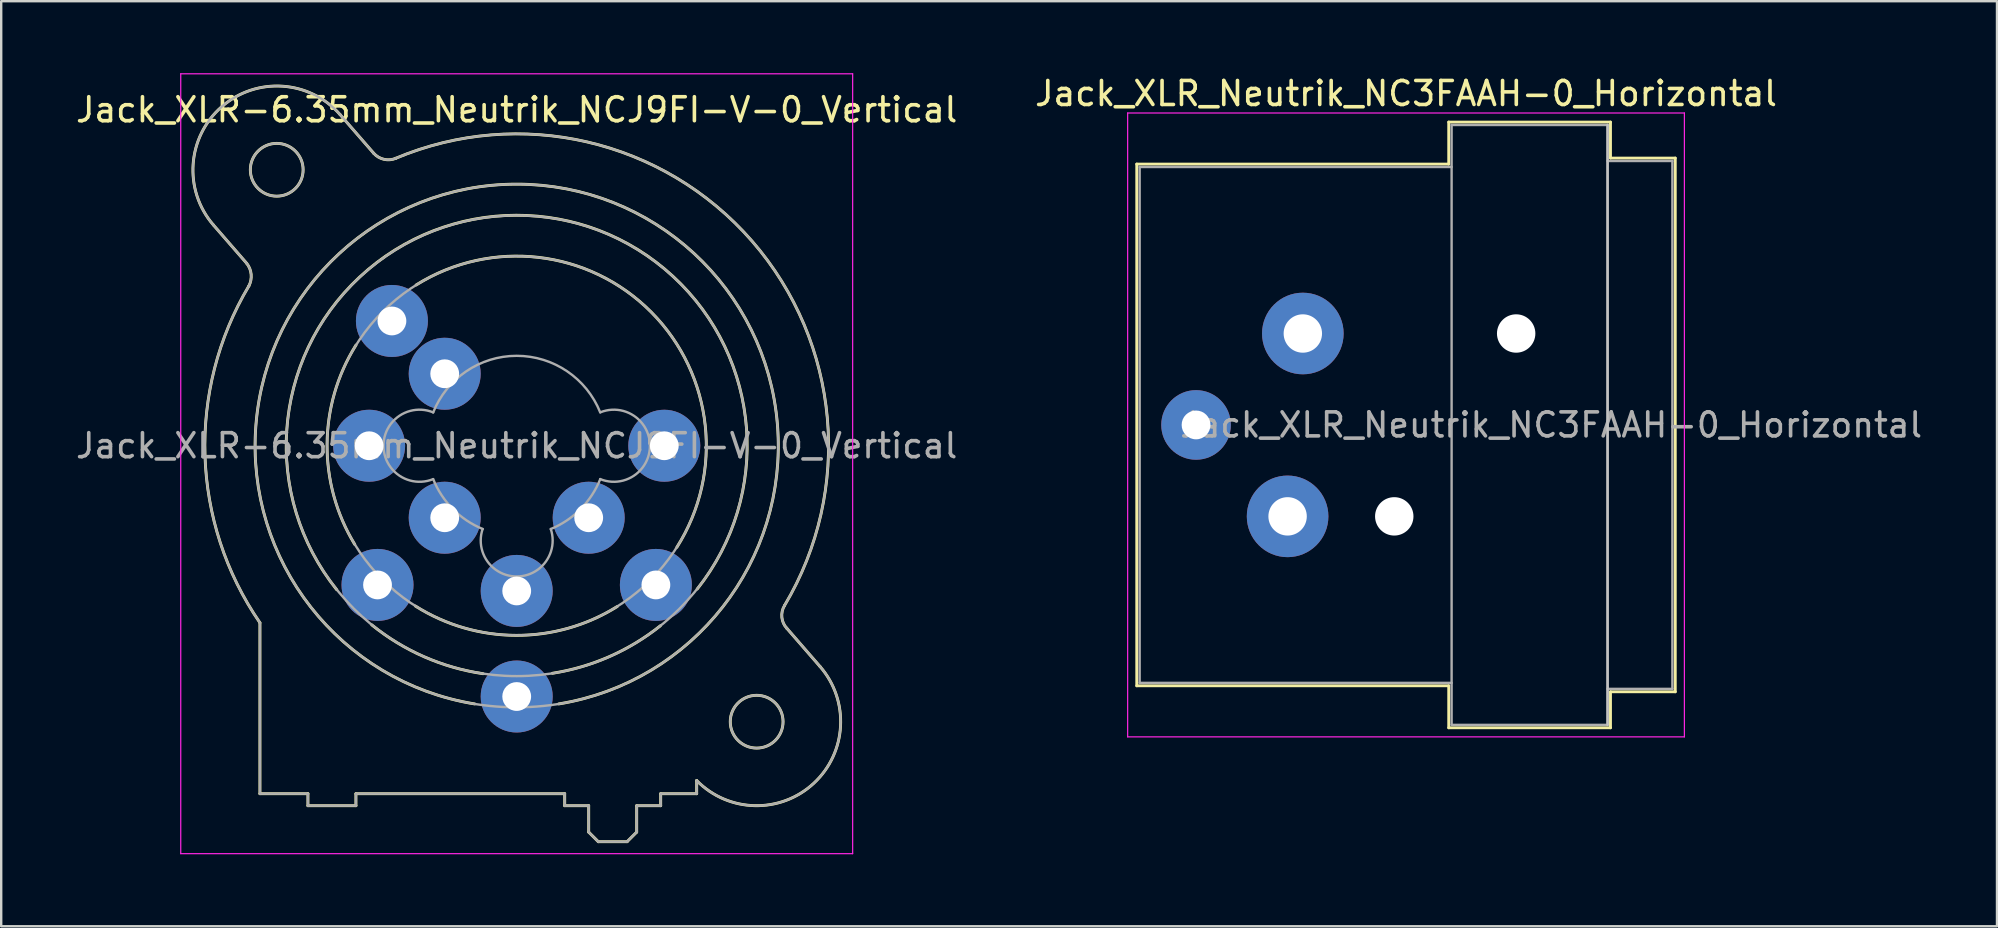
<source format=kicad_pcb>
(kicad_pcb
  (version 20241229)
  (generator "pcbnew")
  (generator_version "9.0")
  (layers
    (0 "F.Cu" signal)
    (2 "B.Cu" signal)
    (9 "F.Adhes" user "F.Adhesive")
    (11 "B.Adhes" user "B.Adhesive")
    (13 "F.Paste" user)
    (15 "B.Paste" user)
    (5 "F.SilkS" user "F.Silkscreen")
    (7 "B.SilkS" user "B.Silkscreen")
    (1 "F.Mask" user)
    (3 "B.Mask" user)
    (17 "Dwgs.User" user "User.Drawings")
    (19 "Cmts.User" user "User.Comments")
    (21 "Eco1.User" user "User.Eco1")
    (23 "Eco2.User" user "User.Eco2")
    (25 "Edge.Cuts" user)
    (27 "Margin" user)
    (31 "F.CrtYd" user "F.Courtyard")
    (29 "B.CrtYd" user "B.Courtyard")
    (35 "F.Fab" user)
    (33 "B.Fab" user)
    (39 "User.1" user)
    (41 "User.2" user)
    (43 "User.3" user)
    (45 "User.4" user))
  (footprint "Jack_XLR-6.35mm_Neutrik_NCJ9FI-V-0_Vertical"
    (layer "F.Cu")
    (at 24.632 15.525)
    (property "Reference" "Jack_XLR-6.35mm_Neutrik_NCJ9FI-V-0_Vertical" (at -6.15 -14 0) (layer "F.SilkS") (effects (font (size 1 1) (thickness 0.15))))
    (attr through_hole)
    (fp_line (start -17.4 -7.6) (end -18.79 -9.2) (stroke (width 0.12) (type solid)) (layer "F.SilkS"))
    (fp_line (start -16.85 14.5) (end -16.85 7.38) (stroke (width 0.12) (type solid)) (layer "F.SilkS"))
    (fp_line (start -14.85 14.5) (end -16.85 14.5) (stroke (width 0.12) (type solid)) (layer "F.SilkS"))
    (fp_line (start -14.85 14.5) (end -14.85 15) (stroke (width 0.12) (type solid)) (layer "F.SilkS"))
    (fp_line (start -13.51 -13.8) (end -12.11 -12.19) (stroke (width 0.12) (type solid)) (layer "F.SilkS"))
    (fp_line (start -12.85 14.5) (end -12.85 15) (stroke (width 0.12) (type solid)) (layer "F.SilkS"))
    (fp_line (start -12.85 15) (end -14.85 15) (stroke (width 0.12) (type solid)) (layer "F.SilkS"))
    (fp_line (start -4.15 14.5) (end -12.85 14.5) (stroke (width 0.12) (type solid)) (layer "F.SilkS"))
    (fp_line (start -4.15 14.5) (end -4.15 15) (stroke (width 0.12) (type solid)) (layer "F.SilkS"))
    (fp_line (start -3.15 15) (end -4.15 15) (stroke (width 0.12) (type solid)) (layer "F.SilkS"))
    (fp_line (start -3.15 15) (end -3.15 16.1) (stroke (width 0.12) (type solid)) (layer "F.SilkS"))
    (fp_line (start -3.15 16.1) (end -2.75 16.5) (stroke (width 0.12) (type solid)) (layer "F.SilkS"))
    (fp_line (start -1.55 16.5) (end -2.75 16.5) (stroke (width 0.12) (type solid)) (layer "F.SilkS"))
    (fp_line (start -1.15 15) (end -1.15 16.1) (stroke (width 0.12) (type solid)) (layer "F.SilkS"))
    (fp_line (start -1.15 16.1) (end -1.55 16.5) (stroke (width 0.12) (type solid)) (layer "F.SilkS"))
    (fp_line (start -0.15 14.5) (end -0.15 15) (stroke (width 0.12) (type solid)) (layer "F.SilkS"))
    (fp_line (start -0.15 15) (end -1.15 15) (stroke (width 0.12) (type solid)) (layer "F.SilkS"))
    (fp_line (start 1.35 13.95) (end 1.35 14.5) (stroke (width 0.12) (type solid)) (layer "F.SilkS"))
    (fp_line (start 1.35 14.5) (end -0.15 14.5) (stroke (width 0.12) (type solid)) (layer "F.SilkS"))
    (fp_line (start 5.1 7.6) (end 6.49 9.2) (stroke (width 0.12) (type solid)) (layer "F.SilkS"))
    (fp_arc (start -18.79 -9.2) (mid -18.45 -14.14) (end -13.51 -13.8) (stroke (width 0.12) (type solid)) (layer "F.SilkS"))
    (fp_arc (start -17.400452 -7.59955) (mid -17.216295 -7.14315) (end -17.31 -6.66) (stroke (width 0.12) (type solid)) (layer "F.SilkS"))
    (fp_arc (start -16.851206 7.374645) (mid -19.139261 0.42462) (end -17.31 -6.66) (stroke (width 0.12) (type solid)) (layer "F.SilkS"))
    (fp_arc (start -13.65 6) (mid -6.168408 -9.604669) (end 1.372943 5.971208) (stroke (width 0.12) (type solid)) (layer "F.SilkS"))
    (fp_arc (start -12.9 4.11) (mid -14.052663 -0.0501) (end -12.847348 -4.195251) (stroke (width 0.12) (type solid)) (layer "F.SilkS"))
    (fp_arc (start -11.201352 -11.974349) (mid 3.655031 -8.530097) (end 5.01 6.66) (stroke (width 0.12) (type solid)) (layer "F.SilkS"))
    (fp_arc (start -11.177539 -11.981856) (mid -11.677484 -11.93489) (end -12.11 -12.19) (stroke (width 0.12) (type solid)) (layer "F.SilkS"))
    (fp_arc (start -10.34 -6.7) (mid -0.544787 -5.570251) (end 0.523653 4.231839) (stroke (width 0.12) (type solid)) (layer "F.SilkS"))
    (fp_arc (start -7.9 10.76) (mid -6.152346 -10.90138) (end -4.395368 10.759246) (stroke (width 0.12) (type solid)) (layer "F.SilkS"))
    (fp_arc (start -7.55 9.5) (mid -10.007174 8.793873) (end -12.190932 7.464391) (stroke (width 0.12) (type solid)) (layer "F.SilkS"))
    (fp_arc (start -1.96 6.7) (mid -6.167825 7.902264) (end -10.370184 6.681029) (stroke (width 0.12) (type solid)) (layer "F.SilkS"))
    (fp_arc (start -0.16 7.5) (mid -2.282236 8.784674) (end -4.662837 9.482534) (stroke (width 0.12) (type solid)) (layer "F.SilkS"))
    (fp_arc (start 5.109394 7.611661) (mid 4.900255 7.152483) (end 5.01 6.66) (stroke (width 0.12) (type solid)) (layer "F.SilkS"))
    (fp_arc (start 6.49 9.2) (mid 6.227307 14.070606) (end 1.351052 13.95252) (stroke (width 0.12) (type solid)) (layer "F.SilkS"))
    (fp_circle (center -16.15 -11.5) (end -15.05 -11.5) (stroke (width 0.12) (type solid)) (fill no) (layer "F.SilkS"))
    (fp_circle (center 3.85 11.5) (end 4.95 11.5) (stroke (width 0.12) (type solid)) (fill no) (layer "F.SilkS"))
    (fp_line (start -20.15 -15.5) (end 7.85 -15.5) (stroke (width 0.05) (type solid)) (layer "F.CrtYd"))
    (fp_line (start -20.15 17) (end -20.15 -15.5) (stroke (width 0.05) (type solid)) (layer "F.CrtYd"))
    (fp_line (start 7.85 -15.5) (end 7.85 17) (stroke (width 0.05) (type solid)) (layer "F.CrtYd"))
    (fp_line (start 7.85 17) (end -20.15 17) (stroke (width 0.05) (type solid)) (layer "F.CrtYd"))
    (fp_line (start -17.4 -7.6) (end -18.79 -9.2) (stroke (width 0.1) (type solid)) (layer "F.Fab"))
    (fp_line (start -16.85 14.5) (end -16.85 7.38) (stroke (width 0.1) (type solid)) (layer "F.Fab"))
    (fp_line (start -14.85 14.5) (end -16.85 14.5) (stroke (width 0.1) (type solid)) (layer "F.Fab"))
    (fp_line (start -14.85 14.5) (end -14.85 15) (stroke (width 0.1) (type solid)) (layer "F.Fab"))
    (fp_line (start -13.51 -13.8) (end -12.11 -12.19) (stroke (width 0.1) (type solid)) (layer "F.Fab"))
    (fp_line (start -12.85 14.5) (end -12.85 15) (stroke (width 0.1) (type solid)) (layer "F.Fab"))
    (fp_line (start -12.85 15) (end -14.85 15) (stroke (width 0.1) (type solid)) (layer "F.Fab"))
    (fp_line (start -4.15 14.5) (end -12.85 14.5) (stroke (width 0.1) (type solid)) (layer "F.Fab"))
    (fp_line (start -4.15 14.5) (end -4.15 15) (stroke (width 0.1) (type solid)) (layer "F.Fab"))
    (fp_line (start -3.15 15) (end -4.15 15) (stroke (width 0.1) (type solid)) (layer "F.Fab"))
    (fp_line (start -3.15 15) (end -3.15 16.1) (stroke (width 0.1) (type solid)) (layer "F.Fab"))
    (fp_line (start -3.15 16.1) (end -2.75 16.5) (stroke (width 0.1) (type solid)) (layer "F.Fab"))
    (fp_line (start -1.55 16.5) (end -2.75 16.5) (stroke (width 0.1) (type solid)) (layer "F.Fab"))
    (fp_line (start -1.15 15) (end -1.15 16.1) (stroke (width 0.1) (type solid)) (layer "F.Fab"))
    (fp_line (start -1.15 16.1) (end -1.55 16.5) (stroke (width 0.1) (type solid)) (layer "F.Fab"))
    (fp_line (start -0.15 14.5) (end -0.15 15) (stroke (width 0.1) (type solid)) (layer "F.Fab"))
    (fp_line (start -0.15 15) (end -1.15 15) (stroke (width 0.1) (type solid)) (layer "F.Fab"))
    (fp_line (start 1.35 13.95) (end 1.35 14.5) (stroke (width 0.1) (type solid)) (layer "F.Fab"))
    (fp_line (start 1.35 14.5) (end -0.15 14.5) (stroke (width 0.1) (type solid)) (layer "F.Fab"))
    (fp_line (start 5.1 7.6) (end 6.49 9.2) (stroke (width 0.1) (type solid)) (layer "F.Fab"))
    (fp_arc (start -18.79 -9.2) (mid -18.45 -14.14) (end -13.51 -13.8) (stroke (width 0.1) (type solid)) (layer "F.Fab"))
    (fp_arc (start -17.400452 -7.59955) (mid -17.216295 -7.14315) (end -17.31 -6.66) (stroke (width 0.1) (type solid)) (layer "F.Fab"))
    (fp_arc (start -16.851206 7.374645) (mid -19.139261 0.42462) (end -17.31 -6.66) (stroke (width 0.1) (type solid)) (layer "F.Fab"))
    (fp_arc (start -11.201352 -11.974349) (mid 3.655031 -8.530097) (end 5.01 6.66) (stroke (width 0.1) (type solid)) (layer "F.Fab"))
    (fp_arc (start -11.177539 -11.981856) (mid -11.677484 -11.93489) (end -12.11 -12.19) (stroke (width 0.1) (type solid)) (layer "F.Fab"))
    (fp_arc (start -9.634717 1.391925) (mid -11.702329 -0.002547) (end -9.63 -1.39) (stroke (width 0.1) (type solid)) (layer "F.Fab"))
    (fp_arc (start -9.631116 -1.387204) (mid -6.151505 -3.747333) (end -2.67 -1.39) (stroke (width 0.1) (type solid)) (layer "F.Fab"))
    (fp_arc (start -7.567529 3.468878) (mid -8.810241 2.639246) (end -9.63 1.39) (stroke (width 0.1) (type solid)) (layer "F.Fab"))
    (fp_arc (start -4.729599 3.471189) (mid -6.150627 5.448932) (end -7.57 3.47) (stroke (width 0.1) (type solid)) (layer "F.Fab"))
    (fp_arc (start -2.667476 1.389002) (mid -3.487046 2.639314) (end -4.73 3.47) (stroke (width 0.1) (type solid)) (layer "F.Fab"))
    (fp_arc (start -2.665283 -1.391925) (mid -0.597671 0.002547) (end -2.67 1.39) (stroke (width 0.1) (type solid)) (layer "F.Fab"))
    (fp_arc (start 5.109394 7.611661) (mid 4.900255 7.152483) (end 5.01 6.66) (stroke (width 0.1) (type solid)) (layer "F.Fab"))
    (fp_arc (start 6.49 9.2) (mid 6.227307 14.070606) (end 1.351052 13.95252) (stroke (width 0.1) (type solid)) (layer "F.Fab"))
    (fp_circle (center -16.15 -11.5) (end -15.05 -11.5) (stroke (width 0.1) (type solid)) (fill no) (layer "F.Fab"))
    (fp_circle (center -6.15 0) (end 1.75 0) (stroke (width 0.1) (type solid)) (fill no) (layer "F.Fab"))
    (fp_circle (center -6.15 0) (end 3.45 0) (stroke (width 0.1) (type solid)) (fill no) (layer "F.Fab"))
    (fp_circle (center -6.15 0) (end 4.75 0) (stroke (width 0.1) (type solid)) (fill no) (layer "F.Fab"))
    (fp_circle (center 3.85 11.5) (end 4.95 11.5) (stroke (width 0.1) (type solid)) (fill no) (layer "F.Fab"))
    (fp_text user "${REFERENCE}" (at -6.15 0 0) (layer "F.Fab") (effects (font (size 1 1) (thickness 0.15))))
    (pad "1" thru_hole circle (at 0 0) (size 3 3) (drill 1.2) (layers "*.Cu" "*.Mask"))
    (pad "2" thru_hole circle (at -12.3 0) (size 3 3) (drill 1.2) (layers "*.Cu" "*.Mask"))
    (pad "3" thru_hole circle (at -6.15 6.05) (size 3 3) (drill 1.2) (layers "*.Cu" "*.Mask"))
    (pad "G" thru_hole circle (at -6.15 10.45) (size 3 3) (drill 1.2) (layers "*.Cu" "*.Mask"))
    (pad "R" thru_hole circle (at -0.35 5.8) (size 3 3) (drill 1.2) (layers "*.Cu" "*.Mask"))
    (pad "RN" thru_hole circle (at -3.15 3) (size 3 3) (drill 1.2) (layers "*.Cu" "*.Mask"))
    (pad "S" thru_hole circle (at -11.95 5.8) (size 3 3) (drill 1.2) (layers "*.Cu" "*.Mask"))
    (pad "SN" thru_hole circle (at -9.15 3) (size 3 3) (drill 1.2) (layers "*.Cu" "*.Mask"))
    (pad "T" thru_hole circle (at -11.35 -5.2) (size 3 3) (drill 1.2) (layers "*.Cu" "*.Mask"))
    (pad "TN" thru_hole circle (at -9.15 -3) (size 3 3) (drill 1.2) (layers "*.Cu" "*.Mask")))
  (footprint "Jack_XLR_Neutrik_NC3FAAH-0_Horizontal"
    (layer "F.Cu")
    (at 51.242 10.848)
    (property "Reference" "Jack_XLR_Neutrik_NC3FAAH-0_Horizontal" (at 4.3 -10 0) (layer "F.SilkS") (effects (font (size 1 1) (thickness 0.15))))
    (attr through_hole)
    (fp_line (start -6.92 -7.06) (end -6.92 14.68) (stroke (width 0.12) (type solid)) (layer "F.SilkS"))
    (fp_line (start 6.08 -7.06) (end -6.92 -7.06) (stroke (width 0.12) (type solid)) (layer "F.SilkS"))
    (fp_line (start 6.08 -7.06) (end 6.08 -8.81) (stroke (width 0.12) (type solid)) (layer "F.SilkS"))
    (fp_line (start 6.08 14.68) (end -6.92 14.68) (stroke (width 0.12) (type solid)) (layer "F.SilkS"))
    (fp_line (start 6.08 16.43) (end 6.08 14.68) (stroke (width 0.12) (type solid)) (layer "F.SilkS"))
    (fp_line (start 12.82 -8.81) (end 6.08 -8.81) (stroke (width 0.12) (type solid)) (layer "F.SilkS"))
    (fp_line (start 12.82 -8.81) (end 12.82 -7.31) (stroke (width 0.12) (type solid)) (layer "F.SilkS"))
    (fp_line (start 12.82 -7.31) (end 15.52 -7.31) (stroke (width 0.12) (type solid)) (layer "F.SilkS"))
    (fp_line (start 12.82 14.93) (end 12.82 16.43) (stroke (width 0.12) (type solid)) (layer "F.SilkS"))
    (fp_line (start 12.82 14.93) (end 15.52 14.93) (stroke (width 0.12) (type solid)) (layer "F.SilkS"))
    (fp_line (start 12.82 16.43) (end 6.08 16.43) (stroke (width 0.12) (type solid)) (layer "F.SilkS"))
    (fp_line (start 15.52 -7.31) (end 15.52 14.93) (stroke (width 0.12) (type solid)) (layer "F.SilkS"))
    (fp_line (start 12.7 -8.69) (end 12.7 16.31) (stroke (width 0.1) (type solid)) (layer "Dwgs.User"))
    (fp_line (start -7.3 -9.19) (end -7.3 16.81) (stroke (width 0.05) (type solid)) (layer "F.CrtYd"))
    (fp_line (start 15.9 -9.19) (end -7.3 -9.19) (stroke (width 0.05) (type solid)) (layer "F.CrtYd"))
    (fp_line (start 15.9 -9.19) (end 15.9 16.81) (stroke (width 0.05) (type solid)) (layer "F.CrtYd"))
    (fp_line (start 15.9 16.81) (end -7.3 16.81) (stroke (width 0.05) (type solid)) (layer "F.CrtYd"))
    (fp_line (start -6.8 -6.94) (end -6.8 14.56) (stroke (width 0.1) (type solid)) (layer "F.Fab"))
    (fp_line (start -6.8 14.56) (end 6.2 14.56) (stroke (width 0.1) (type solid)) (layer "F.Fab"))
    (fp_line (start 6.2 -8.69) (end 12.7 -8.69) (stroke (width 0.1) (type solid)) (layer "F.Fab"))
    (fp_line (start 6.2 -6.94) (end -6.8 -6.94) (stroke (width 0.1) (type solid)) (layer "F.Fab"))
    (fp_line (start 6.2 16.31) (end 6.2 -8.69) (stroke (width 0.1) (type solid)) (layer "F.Fab"))
    (fp_line (start 12.7 -8.69) (end 12.7 16.31) (stroke (width 0.1) (type solid)) (layer "F.Fab"))
    (fp_line (start 12.7 -7.19) (end 15.4 -7.19) (stroke (width 0.1) (type solid)) (layer "F.Fab"))
    (fp_line (start 12.7 16.31) (end 6.2 16.31) (stroke (width 0.1) (type solid)) (layer "F.Fab"))
    (fp_line (start 15.4 -7.19) (end 15.4 14.81) (stroke (width 0.1) (type solid)) (layer "F.Fab"))
    (fp_line (start 15.4 14.81) (end 12.7 14.81) (stroke (width 0.1) (type solid)) (layer "F.Fab"))
    (fp_text user "${REFERENCE}" (at 10.35 3.81 0) (layer "F.Fab") (effects (font (size 1 1) (thickness 0.15))))
    (pad "" np_thru_hole circle (at 3.81 7.62) (size 1.6 1.6) (drill 1.6) (layers "*.Cu" "*.Mask"))
    (pad "" np_thru_hole circle (at 8.89 0) (size 1.6 1.6) (drill 1.6) (layers "*.Cu" "*.Mask"))
    (pad "1" thru_hole circle (at 0 0) (size 3.4 3.4) (drill 1.6) (layers "*.Cu" "*.Mask"))
    (pad "2" thru_hole circle (at -0.635 7.62) (size 3.4 3.4) (drill 1.6) (layers "*.Cu" "*.Mask"))
    (pad "3" thru_hole circle (at -4.45 3.81) (size 2.9 2.9) (drill 1.2) (layers "*.Cu" "*.Mask")))
  (gr_rect
    (start -3 -3)
    (end 80.169 35.55)
    (stroke (width 0.1) (type default))
    (fill no)
    (layer "Edge.Cuts")))
</source>
